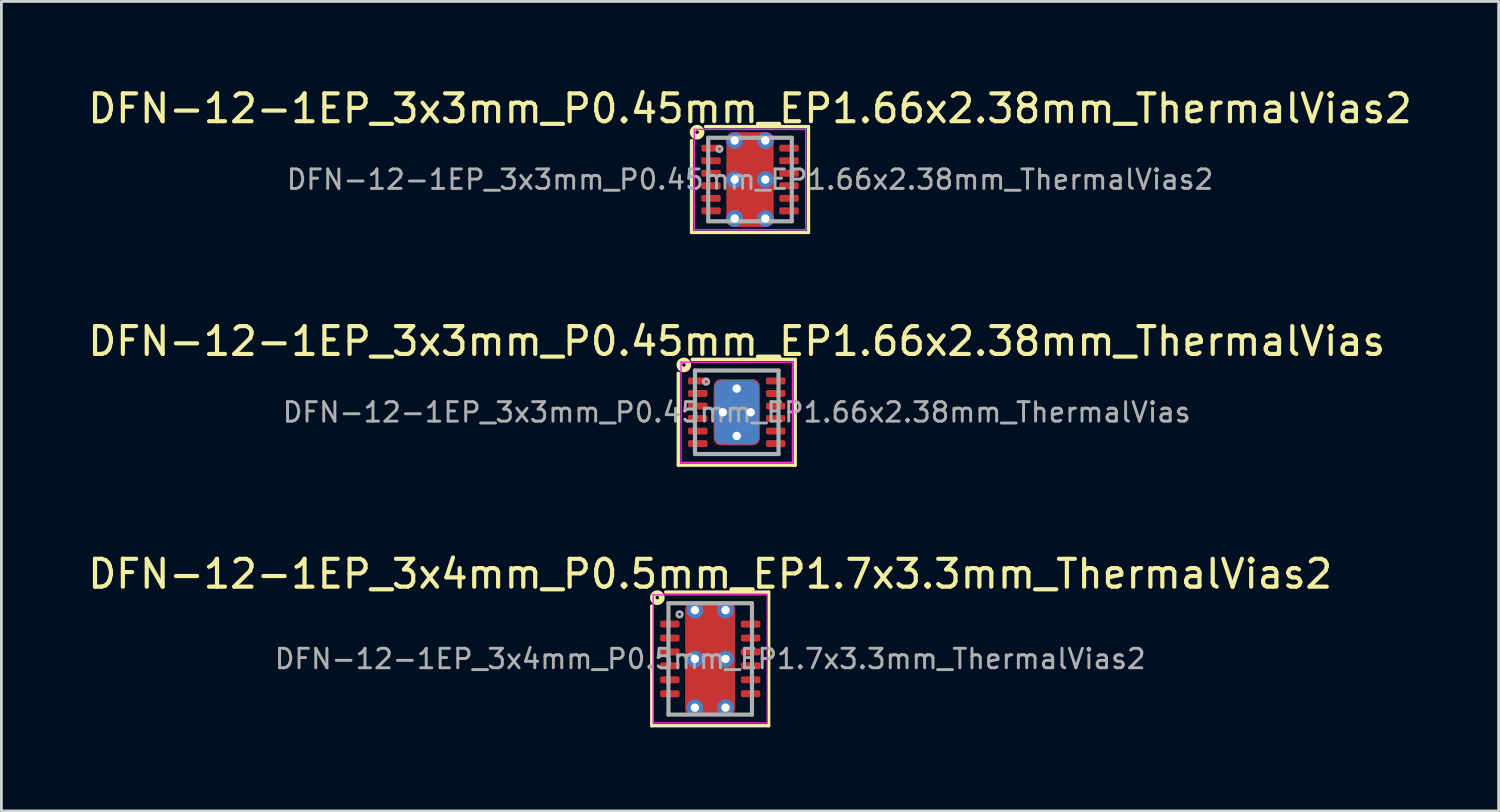
<source format=kicad_pcb>
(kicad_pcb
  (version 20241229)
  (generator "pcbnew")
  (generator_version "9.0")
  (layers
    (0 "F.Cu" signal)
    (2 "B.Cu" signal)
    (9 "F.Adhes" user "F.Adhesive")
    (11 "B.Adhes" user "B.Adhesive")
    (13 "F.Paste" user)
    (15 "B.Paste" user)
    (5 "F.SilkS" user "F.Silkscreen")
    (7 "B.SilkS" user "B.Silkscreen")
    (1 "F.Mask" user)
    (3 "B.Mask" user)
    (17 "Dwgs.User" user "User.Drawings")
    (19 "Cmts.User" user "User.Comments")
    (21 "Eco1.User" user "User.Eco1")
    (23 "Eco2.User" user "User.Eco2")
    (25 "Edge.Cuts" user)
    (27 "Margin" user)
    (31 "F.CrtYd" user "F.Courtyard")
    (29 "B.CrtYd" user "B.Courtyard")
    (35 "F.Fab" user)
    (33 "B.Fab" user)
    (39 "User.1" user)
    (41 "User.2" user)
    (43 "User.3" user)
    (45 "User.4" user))
  (footprint "DFN-12-1EP_3x3mm_P0.45mm_EP1.66x2.38mm_ThermalVias2"
    (layer "F.Cu")
    (at 23.887 3.398)
    (property "Reference" "DFN-12-1EP_3x3mm_P0.45mm_EP1.66x2.38mm_ThermalVias2" (at 0 -2.55 0) (layer "F.SilkS") (effects (font (size 1 1) (thickness 0.15))))
    (attr smd)
    (fp_line (start -2.1 1.9) (end -2.1 -1.4) (stroke (width 0.12) (type solid)) (layer "F.SilkS"))
    (fp_line (start -1.6 -1.9) (end 2.1 -1.9) (stroke (width 0.12) (type solid)) (layer "F.SilkS"))
    (fp_line (start 2.1 -1.9) (end 2.1 1.9) (stroke (width 0.12) (type solid)) (layer "F.SilkS"))
    (fp_line (start 2.1 1.9) (end -2.1 1.9) (stroke (width 0.12) (type solid)) (layer "F.SilkS"))
    (fp_circle (center -1.9 -1.7) (end -1.837 -1.7) (stroke (width 0.2) (type solid)) (fill no) (layer "F.SilkS"))
    (fp_line (start -2 -1.8) (end -2 1.8) (stroke (width 0.05) (type solid)) (layer "F.CrtYd"))
    (fp_line (start -2 -1.8) (end 2 -1.8) (stroke (width 0.05) (type solid)) (layer "F.CrtYd"))
    (fp_line (start -2 1.8) (end 2 1.8) (stroke (width 0.05) (type solid)) (layer "F.CrtYd"))
    (fp_line (start 2 -1.8) (end 2 1.8) (stroke (width 0.05) (type solid)) (layer "F.CrtYd"))
    (fp_line (start -1.5 -1.5) (end 1.5 -1.5) (stroke (width 0.15) (type solid)) (layer "F.Fab"))
    (fp_line (start -1.5 1.5) (end -1.5 -1.5) (stroke (width 0.15) (type solid)) (layer "F.Fab"))
    (fp_line (start 1.5 -1.5) (end 1.5 1.5) (stroke (width 0.15) (type solid)) (layer "F.Fab"))
    (fp_line (start 1.5 1.5) (end -1.5 1.5) (stroke (width 0.15) (type solid)) (layer "F.Fab"))
    (fp_circle (center -1.1 -1.1) (end -1 -1.1) (stroke (width 0.1) (type solid)) (fill no) (layer "F.Fab"))
    (fp_text user "${REFERENCE}" (at 0 0 0) (layer "F.Fab") (effects (font (size 0.7 0.7) (thickness 0.105))))
    (pad "" smd roundrect (at -0.375 -0.7) (size 0.55 0.6) (layers "F.Paste") (roundrect_rratio 0.25))
    (pad "" smd roundrect (at -0.375 0.7) (size 0.55 0.6) (layers "F.Paste") (roundrect_rratio 0.25))
    (pad "" smd roundrect (at 0 -0.7) (size 1.5 0.8) (layers "F.Mask") (roundrect_rratio 0.25))
    (pad "" smd roundrect (at 0 0.7) (size 1.5 0.8) (layers "F.Mask") (roundrect_rratio 0.25))
    (pad "" smd roundrect (at 0.375 -0.7) (size 0.55 0.6) (layers "F.Paste") (roundrect_rratio 0.25))
    (pad "" smd roundrect (at 0.375 0.7) (size 0.55 0.6) (layers "F.Paste") (roundrect_rratio 0.25))
    (pad "1" smd roundrect (at -1.4 -1.125) (size 0.7 0.25) (layers "F.Cu" "F.Mask" "F.Paste") (roundrect_rratio 0.25))
    (pad "2" smd roundrect (at -1.4 -0.675) (size 0.7 0.25) (layers "F.Cu" "F.Mask" "F.Paste") (roundrect_rratio 0.25))
    (pad "3" smd roundrect (at -1.4 -0.225) (size 0.7 0.25) (layers "F.Cu" "F.Mask" "F.Paste") (roundrect_rratio 0.25))
    (pad "4" smd roundrect (at -1.4 0.225) (size 0.7 0.25) (layers "F.Cu" "F.Mask" "F.Paste") (roundrect_rratio 0.25))
    (pad "5" smd roundrect (at -1.4 0.675) (size 0.7 0.25) (layers "F.Cu" "F.Mask" "F.Paste") (roundrect_rratio 0.25))
    (pad "6" smd roundrect (at -1.4 1.125) (size 0.7 0.25) (layers "F.Cu" "F.Mask" "F.Paste") (roundrect_rratio 0.25))
    (pad "7" smd roundrect (at 1.4 1.125) (size 0.7 0.25) (layers "F.Cu" "F.Mask" "F.Paste") (roundrect_rratio 0.25))
    (pad "8" smd roundrect (at 1.4 0.675) (size 0.7 0.25) (layers "F.Cu" "F.Mask" "F.Paste") (roundrect_rratio 0.25))
    (pad "9" smd roundrect (at 1.4 0.225) (size 0.7 0.25) (layers "F.Cu" "F.Mask" "F.Paste") (roundrect_rratio 0.25))
    (pad "10" smd roundrect (at 1.4 -0.225) (size 0.7 0.25) (layers "F.Cu" "F.Mask" "F.Paste") (roundrect_rratio 0.25))
    (pad "11" smd roundrect (at 1.4 -0.675) (size 0.7 0.25) (layers "F.Cu" "F.Mask" "F.Paste") (roundrect_rratio 0.25))
    (pad "12" smd roundrect (at 1.4 -1.125) (size 0.7 0.25) (layers "F.Cu" "F.Mask" "F.Paste") (roundrect_rratio 0.25))
    (pad "13" thru_hole circle (at -0.55 -1.4) (size 0.6 0.6) (drill 0.3) (property pad_prop_heatsink) (layers "*.Cu" "*.Mask"))
    (pad "13" thru_hole circle (at -0.55 0) (size 0.6 0.6) (drill 0.3) (property pad_prop_heatsink) (layers "*.Cu" "*.Mask"))
    (pad "13" thru_hole circle (at -0.55 1.4) (size 0.6 0.6) (drill 0.3) (property pad_prop_heatsink) (layers "*.Cu" "*.Mask"))
    (pad "13" smd roundrect (at 0 0) (size 1.7 3.4) (layers "F.Cu") (roundrect_rratio 0.147))
    (pad "13" thru_hole circle (at 0.55 -1.4) (size 0.6 0.6) (drill 0.3) (property pad_prop_heatsink) (layers "*.Cu" "*.Mask"))
    (pad "13" thru_hole circle (at 0.55 0) (size 0.6 0.6) (drill 0.3) (property pad_prop_heatsink) (layers "*.Cu" "*.Mask"))
    (pad "13" thru_hole circle (at 0.55 1.4) (size 0.6 0.6) (drill 0.3) (property pad_prop_heatsink) (layers "*.Cu" "*.Mask")))
  (footprint "DFN-12-1EP_3x3mm_P0.45mm_EP1.66x2.38mm_ThermalVias"
    (layer "F.Cu")
    (at 23.411 11.757)
    (property "Reference" "DFN-12-1EP_3x3mm_P0.45mm_EP1.66x2.38mm_ThermalVias" (at 0 -2.55 0) (layer "F.SilkS") (effects (font (size 1 1) (thickness 0.15))))
    (attr smd)
    (fp_line (start -2.1 1.9) (end -2.1 -1.4) (stroke (width 0.12) (type solid)) (layer "F.SilkS"))
    (fp_line (start -1.6 -1.9) (end 2.1 -1.9) (stroke (width 0.12) (type solid)) (layer "F.SilkS"))
    (fp_line (start 2.1 -1.9) (end 2.1 1.9) (stroke (width 0.12) (type solid)) (layer "F.SilkS"))
    (fp_line (start 2.1 1.9) (end -2.1 1.9) (stroke (width 0.12) (type solid)) (layer "F.SilkS"))
    (fp_circle (center -1.9 -1.7) (end -1.837 -1.7) (stroke (width 0.2) (type solid)) (fill no) (layer "F.SilkS"))
    (fp_line (start -2 -1.8) (end -2 1.8) (stroke (width 0.05) (type solid)) (layer "F.CrtYd"))
    (fp_line (start -2 -1.8) (end 2 -1.8) (stroke (width 0.05) (type solid)) (layer "F.CrtYd"))
    (fp_line (start -2 1.8) (end 2 1.8) (stroke (width 0.05) (type solid)) (layer "F.CrtYd"))
    (fp_line (start 2 -1.8) (end 2 1.8) (stroke (width 0.05) (type solid)) (layer "F.CrtYd"))
    (fp_line (start -1.5 -1.5) (end 1.5 -1.5) (stroke (width 0.15) (type solid)) (layer "F.Fab"))
    (fp_line (start -1.5 1.5) (end -1.5 -1.5) (stroke (width 0.15) (type solid)) (layer "F.Fab"))
    (fp_line (start 1.5 -1.5) (end 1.5 1.5) (stroke (width 0.15) (type solid)) (layer "F.Fab"))
    (fp_line (start 1.5 1.5) (end -1.5 1.5) (stroke (width 0.15) (type solid)) (layer "F.Fab"))
    (fp_circle (center -1.1 -1.1) (end -1 -1.1) (stroke (width 0.1) (type solid)) (fill no) (layer "F.Fab"))
    (fp_text user "${REFERENCE}" (at 0 0 0) (layer "F.Fab") (effects (font (size 0.7 0.7) (thickness 0.105))))
    (pad "" smd roundrect (at -0.417 -0.598) (size 0.635 0.995) (layers "F.Paste") (roundrect_rratio 0.25))
    (pad "" smd roundrect (at -0.417 0.598) (size 0.635 0.995) (layers "F.Paste") (roundrect_rratio 0.25))
    (pad "" smd roundrect (at 0.417 -0.598) (size 0.635 0.995) (layers "F.Paste") (roundrect_rratio 0.25))
    (pad "" smd roundrect (at 0.417 0.598) (size 0.635 0.995) (layers "F.Paste") (roundrect_rratio 0.25))
    (pad "1" smd roundrect (at -1.4 -1.125) (size 0.7 0.25) (layers "F.Cu" "F.Mask" "F.Paste") (roundrect_rratio 0.25))
    (pad "2" smd roundrect (at -1.4 -0.675) (size 0.7 0.25) (layers "F.Cu" "F.Mask" "F.Paste") (roundrect_rratio 0.25))
    (pad "3" smd roundrect (at -1.4 -0.225) (size 0.7 0.25) (layers "F.Cu" "F.Mask" "F.Paste") (roundrect_rratio 0.25))
    (pad "4" smd roundrect (at -1.4 0.225) (size 0.7 0.25) (layers "F.Cu" "F.Mask" "F.Paste") (roundrect_rratio 0.25))
    (pad "5" smd roundrect (at -1.4 0.675) (size 0.7 0.25) (layers "F.Cu" "F.Mask" "F.Paste") (roundrect_rratio 0.25))
    (pad "6" smd roundrect (at -1.4 1.125) (size 0.7 0.25) (layers "F.Cu" "F.Mask" "F.Paste") (roundrect_rratio 0.25))
    (pad "7" smd roundrect (at 1.4 1.125) (size 0.7 0.25) (layers "F.Cu" "F.Mask" "F.Paste") (roundrect_rratio 0.25))
    (pad "8" smd roundrect (at 1.4 0.675) (size 0.7 0.25) (layers "F.Cu" "F.Mask" "F.Paste") (roundrect_rratio 0.25))
    (pad "9" smd roundrect (at 1.4 0.225) (size 0.7 0.25) (layers "F.Cu" "F.Mask" "F.Paste") (roundrect_rratio 0.25))
    (pad "10" smd roundrect (at 1.4 -0.225) (size 0.7 0.25) (layers "F.Cu" "F.Mask" "F.Paste") (roundrect_rratio 0.25))
    (pad "11" smd roundrect (at 1.4 -0.675) (size 0.7 0.25) (layers "F.Cu" "F.Mask" "F.Paste") (roundrect_rratio 0.25))
    (pad "12" smd roundrect (at 1.4 -1.125) (size 0.7 0.25) (layers "F.Cu" "F.Mask" "F.Paste") (roundrect_rratio 0.25))
    (pad "13" thru_hole circle (at -0.5 0) (size 0.6 0.6) (drill 0.3) (property pad_prop_heatsink) (layers "*.Cu"))
    (pad "13" thru_hole circle (at 0 -0.85) (size 0.6 0.6) (drill 0.3) (property pad_prop_heatsink) (layers "*.Cu"))
    (pad "13" smd roundrect (at 0 0) (size 1.6 2.3) (layers "B.Cu" "B.Mask") (roundrect_rratio 0.156))
    (pad "13" smd roundrect (at 0 0) (size 1.66 2.38) (layers "F.Cu" "F.Mask") (roundrect_rratio 0.151))
    (pad "13" thru_hole circle (at 0 0.85) (size 0.6 0.6) (drill 0.3) (property pad_prop_heatsink) (layers "*.Cu"))
    (pad "13" thru_hole circle (at 0.5 0) (size 0.6 0.6) (drill 0.3) (property pad_prop_heatsink) (layers "*.Cu")))
  (footprint "DFN-12-1EP_3x4mm_P0.5mm_EP1.7x3.3mm_ThermalVias2"
    (layer "F.Cu")
    (at 22.458 20.615)
    (property "Reference" "DFN-12-1EP_3x4mm_P0.5mm_EP1.7x3.3mm_ThermalVias2" (at 0 -3.05 0) (layer "F.SilkS") (effects (font (size 1 1) (thickness 0.15))))
    (attr smd)
    (fp_line (start -2.1 2.4) (end -2.1 -1.9) (stroke (width 0.12) (type solid)) (layer "F.SilkS"))
    (fp_line (start -1.6 -2.4) (end 2.1 -2.4) (stroke (width 0.12) (type solid)) (layer "F.SilkS"))
    (fp_line (start 2.1 -2.4) (end 2.1 2.4) (stroke (width 0.12) (type solid)) (layer "F.SilkS"))
    (fp_line (start 2.1 2.4) (end -2.1 2.4) (stroke (width 0.12) (type solid)) (layer "F.SilkS"))
    (fp_circle (center -1.9 -2.2) (end -1.837 -2.2) (stroke (width 0.2) (type solid)) (fill no) (layer "F.SilkS"))
    (fp_line (start -2.05 -2.3) (end -2.05 2.3) (stroke (width 0.05) (type solid)) (layer "F.CrtYd"))
    (fp_line (start -2.05 -2.3) (end 2.05 -2.3) (stroke (width 0.05) (type solid)) (layer "F.CrtYd"))
    (fp_line (start -2.05 2.3) (end 2.05 2.3) (stroke (width 0.05) (type solid)) (layer "F.CrtYd"))
    (fp_line (start 2.05 -2.3) (end 2.05 2.3) (stroke (width 0.05) (type solid)) (layer "F.CrtYd"))
    (fp_line (start -1.5 -2) (end 1.5 -2) (stroke (width 0.15) (type solid)) (layer "F.Fab"))
    (fp_line (start -1.5 2) (end -1.5 -2) (stroke (width 0.15) (type solid)) (layer "F.Fab"))
    (fp_line (start 1.5 -2) (end 1.5 2) (stroke (width 0.15) (type solid)) (layer "F.Fab"))
    (fp_line (start 1.5 2) (end -1.5 2) (stroke (width 0.15) (type solid)) (layer "F.Fab"))
    (fp_circle (center -1.1 -1.6) (end -1 -1.6) (stroke (width 0.1) (type solid)) (fill no) (layer "F.Fab"))
    (fp_text user "${REFERENCE}" (at 0 0 0) (layer "F.Fab") (effects (font (size 0.7 0.7) (thickness 0.105))))
    (pad "" smd roundrect (at -0.4 -1.175) (size 0.6 0.35) (layers "F.Paste") (roundrect_rratio 0.25))
    (pad "" smd roundrect (at -0.4 -0.575) (size 0.6 0.35) (layers "F.Paste") (roundrect_rratio 0.25))
    (pad "" smd roundrect (at -0.4 0.575) (size 0.6 0.35) (layers "F.Paste") (roundrect_rratio 0.25))
    (pad "" smd roundrect (at -0.4 1.175) (size 0.6 0.35) (layers "F.Paste") (roundrect_rratio 0.25))
    (pad "" smd roundrect (at 0 -0.875) (size 1.6 1.15) (layers "F.Mask") (roundrect_rratio 0.217))
    (pad "" smd roundrect (at 0 0.875) (size 1.6 1.15) (layers "F.Mask") (roundrect_rratio 0.217))
    (pad "" smd roundrect (at 0.4 -1.175) (size 0.6 0.35) (layers "F.Paste") (roundrect_rratio 0.25))
    (pad "" smd roundrect (at 0.4 -0.575) (size 0.6 0.35) (layers "F.Paste") (roundrect_rratio 0.25))
    (pad "" smd roundrect (at 0.4 0.575) (size 0.6 0.35) (layers "F.Paste") (roundrect_rratio 0.25))
    (pad "" smd roundrect (at 0.4 1.175) (size 0.6 0.35) (layers "F.Paste") (roundrect_rratio 0.25))
    (pad "1" smd roundrect (at -1.45 -1.25) (size 0.7 0.25) (layers "F.Cu" "F.Mask" "F.Paste") (roundrect_rratio 0.25))
    (pad "2" smd roundrect (at -1.45 -0.75) (size 0.7 0.25) (layers "F.Cu" "F.Mask" "F.Paste") (roundrect_rratio 0.25))
    (pad "3" smd roundrect (at -1.45 -0.25) (size 0.7 0.25) (layers "F.Cu" "F.Mask" "F.Paste") (roundrect_rratio 0.25))
    (pad "4" smd roundrect (at -1.45 0.25) (size 0.7 0.25) (layers "F.Cu" "F.Mask" "F.Paste") (roundrect_rratio 0.25))
    (pad "5" smd roundrect (at -1.45 0.75) (size 0.7 0.25) (layers "F.Cu" "F.Mask" "F.Paste") (roundrect_rratio 0.25))
    (pad "6" smd roundrect (at -1.45 1.25) (size 0.7 0.25) (layers "F.Cu" "F.Mask" "F.Paste") (roundrect_rratio 0.25))
    (pad "7" smd roundrect (at 1.45 1.25) (size 0.7 0.25) (layers "F.Cu" "F.Mask" "F.Paste") (roundrect_rratio 0.25))
    (pad "8" smd roundrect (at 1.45 0.75) (size 0.7 0.25) (layers "F.Cu" "F.Mask" "F.Paste") (roundrect_rratio 0.25))
    (pad "9" smd roundrect (at 1.45 0.25) (size 0.7 0.25) (layers "F.Cu" "F.Mask" "F.Paste") (roundrect_rratio 0.25))
    (pad "10" smd roundrect (at 1.45 -0.25) (size 0.7 0.25) (layers "F.Cu" "F.Mask" "F.Paste") (roundrect_rratio 0.25))
    (pad "11" smd roundrect (at 1.45 -0.75) (size 0.7 0.25) (layers "F.Cu" "F.Mask" "F.Paste") (roundrect_rratio 0.25))
    (pad "12" smd roundrect (at 1.45 -1.25) (size 0.7 0.25) (layers "F.Cu" "F.Mask" "F.Paste") (roundrect_rratio 0.25))
    (pad "13" thru_hole circle (at -0.55 -1.75) (size 0.6 0.6) (drill 0.3) (property pad_prop_heatsink) (layers "*.Cu" "*.Mask"))
    (pad "13" thru_hole circle (at -0.55 0) (size 0.6 0.6) (drill 0.3) (property pad_prop_heatsink) (layers "*.Cu" "*.Mask"))
    (pad "13" thru_hole circle (at -0.55 1.75) (size 0.6 0.6) (drill 0.3) (property pad_prop_heatsink) (layers "*.Cu" "*.Mask"))
    (pad "13" smd roundrect (at 0 0) (size 1.8 4.1) (layers "F.Cu") (roundrect_rratio 0.139))
    (pad "13" thru_hole circle (at 0.55 -1.75) (size 0.6 0.6) (drill 0.3) (property pad_prop_heatsink) (layers "*.Cu" "*.Mask"))
    (pad "13" thru_hole circle (at 0.55 0) (size 0.6 0.6) (drill 0.3) (property pad_prop_heatsink) (layers "*.Cu" "*.Mask"))
    (pad "13" thru_hole circle (at 0.55 1.75) (size 0.6 0.6) (drill 0.3) (property pad_prop_heatsink) (layers "*.Cu" "*.Mask")))
  (gr_rect
    (start -3 -3)
    (end 50.774 26.075)
    (stroke (width 0.1) (type default))
    (fill no)
    (layer "Edge.Cuts")))
</source>
